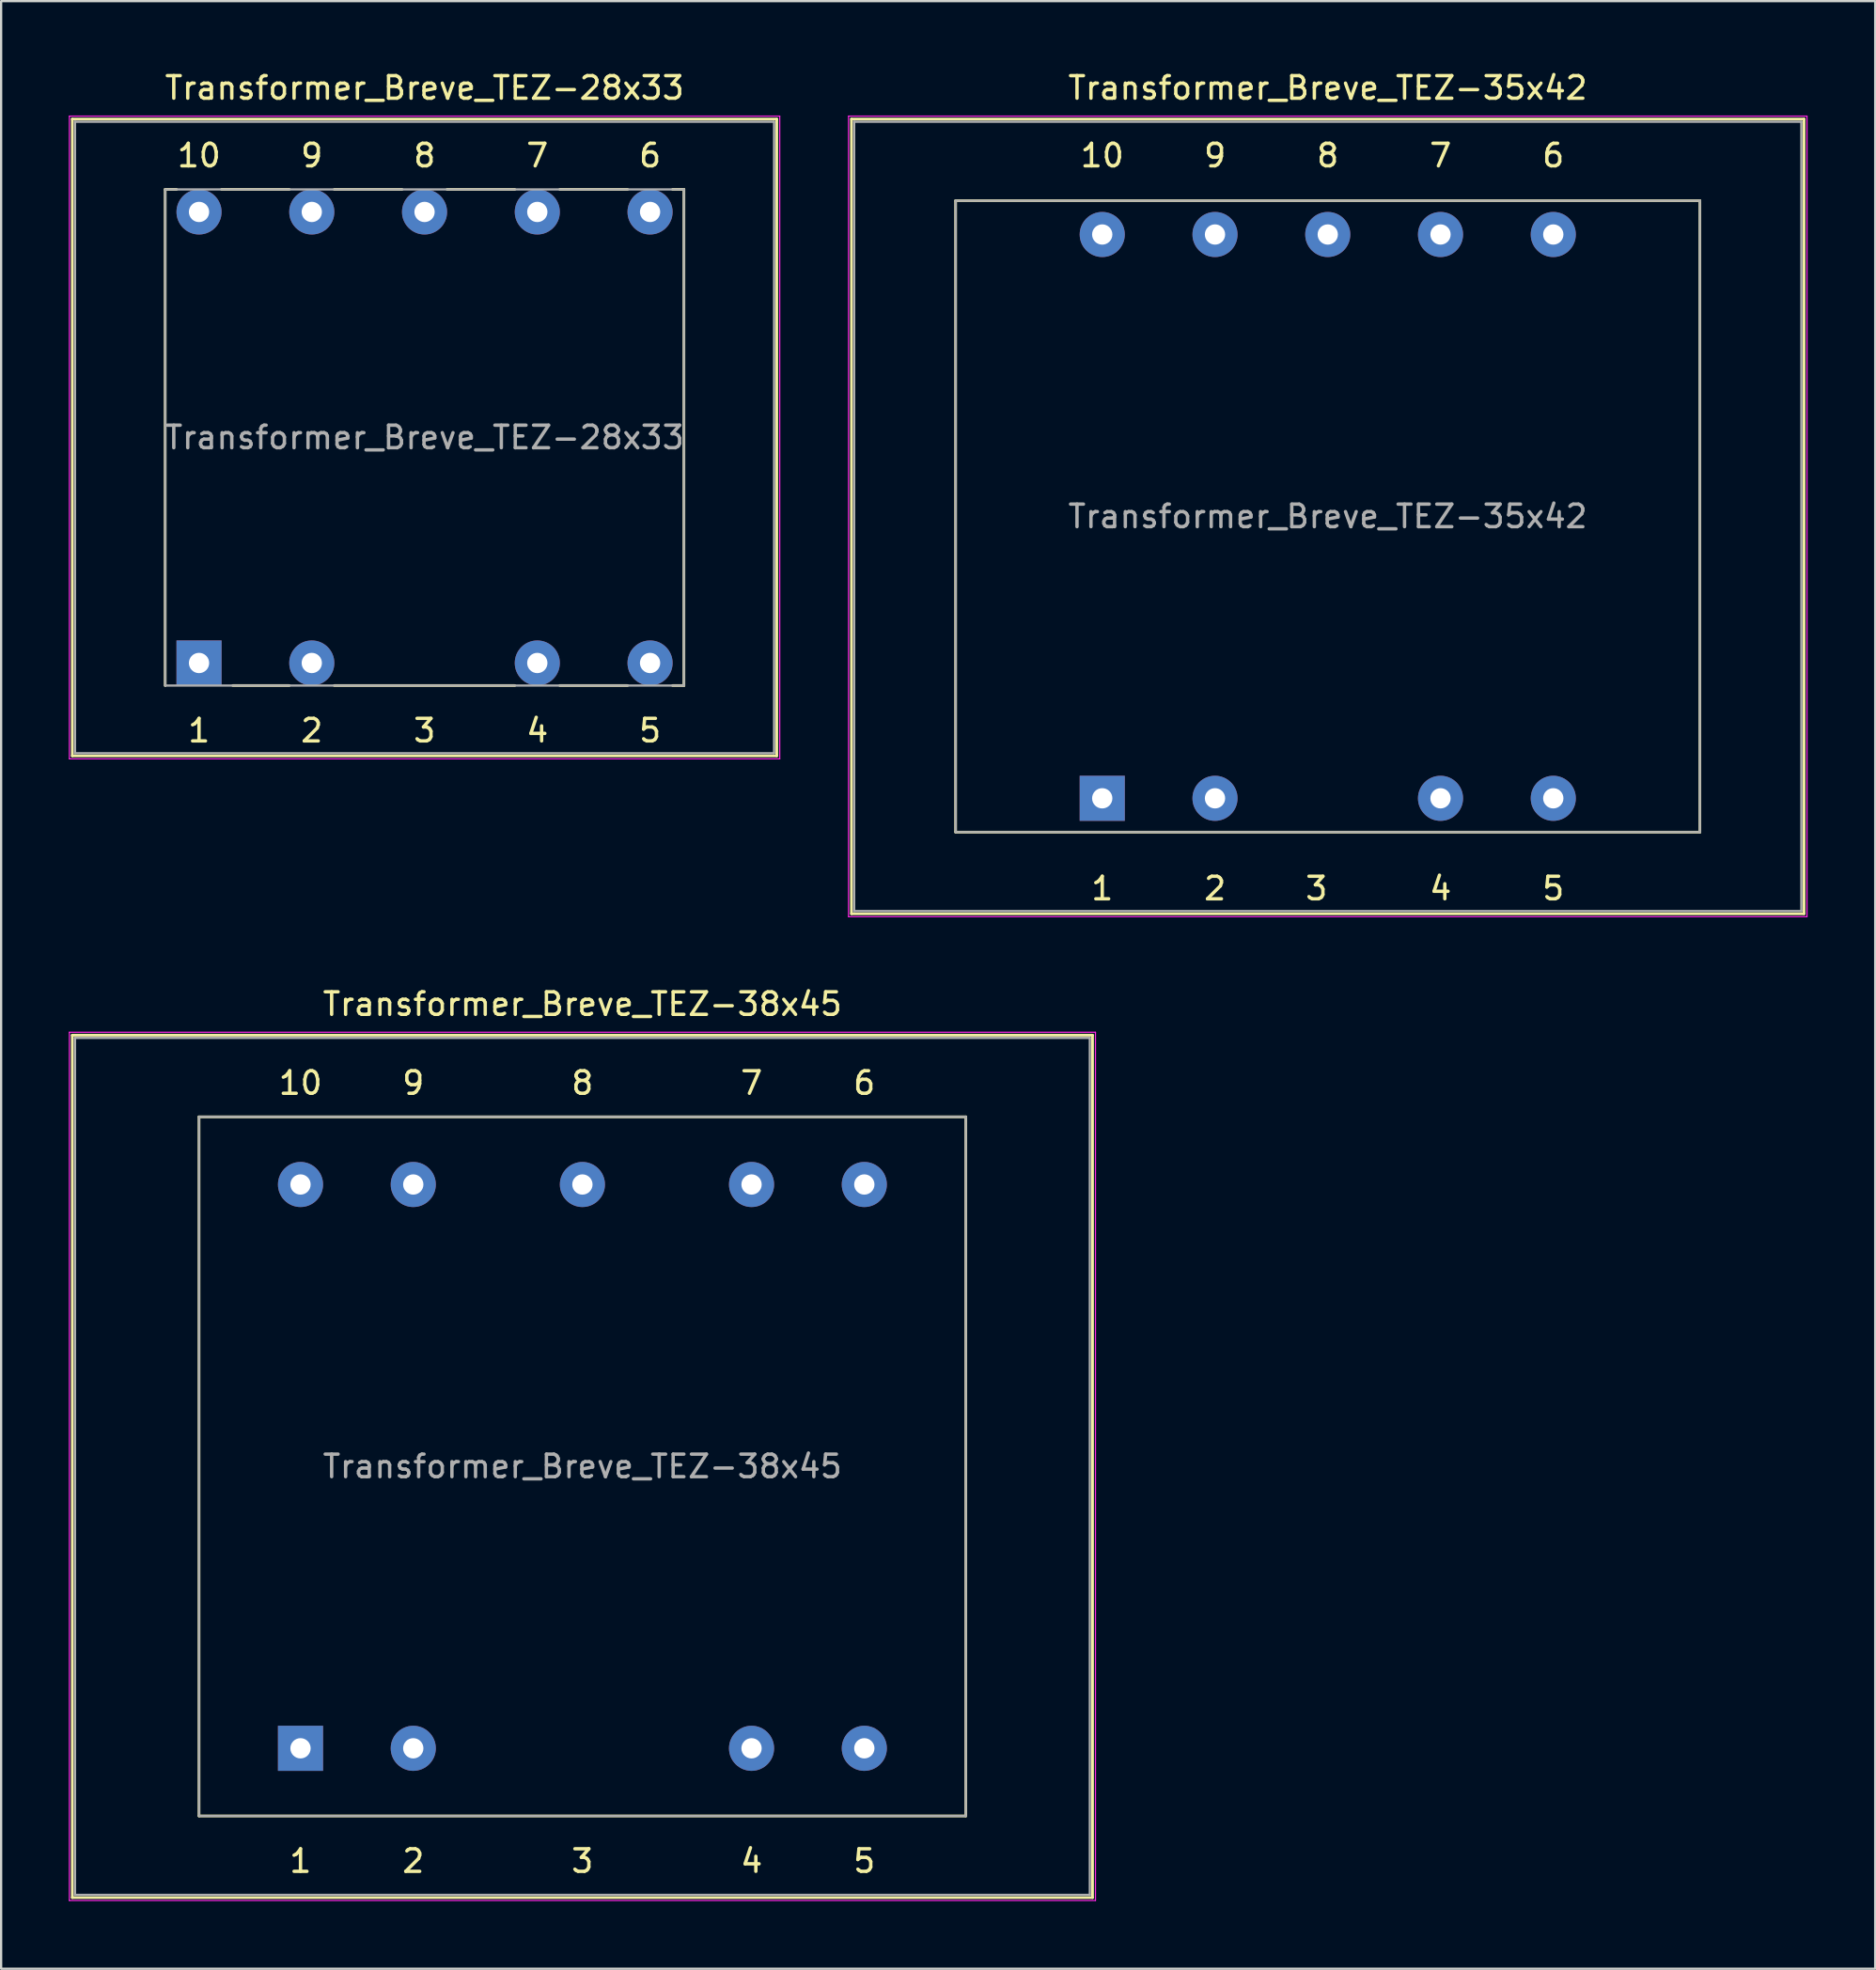
<source format=kicad_pcb>
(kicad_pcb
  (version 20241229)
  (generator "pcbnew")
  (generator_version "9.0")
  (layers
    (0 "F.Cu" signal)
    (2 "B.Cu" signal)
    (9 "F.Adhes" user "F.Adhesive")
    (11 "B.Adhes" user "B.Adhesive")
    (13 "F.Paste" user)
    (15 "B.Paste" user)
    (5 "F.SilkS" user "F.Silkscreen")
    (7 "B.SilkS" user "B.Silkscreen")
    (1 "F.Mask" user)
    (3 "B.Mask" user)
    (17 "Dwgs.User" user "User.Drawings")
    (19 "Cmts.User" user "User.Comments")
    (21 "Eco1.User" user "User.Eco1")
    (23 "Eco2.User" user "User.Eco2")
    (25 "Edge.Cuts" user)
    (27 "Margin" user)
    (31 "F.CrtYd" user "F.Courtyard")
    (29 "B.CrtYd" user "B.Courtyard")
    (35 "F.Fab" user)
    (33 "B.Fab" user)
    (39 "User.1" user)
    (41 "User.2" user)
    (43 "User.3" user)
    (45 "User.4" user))
  (footprint "Transformer_Breve_TEZ-28x33"
    (layer "F.Cu")
    (at 5.775 26.348)
    (property "Reference" "Transformer_Breve_TEZ-28x33" (at 10 -25.5 0) (layer "F.SilkS") (effects (font (size 1 1) (thickness 0.15))))
    (attr through_hole)
    (fp_line (start -5.62 -24.12) (end -5.62 4.12) (stroke (width 0.12) (type solid)) (layer "F.SilkS"))
    (fp_line (start -5.62 -24.12) (end 25.62 -24.12) (stroke (width 0.12) (type solid)) (layer "F.SilkS"))
    (fp_line (start -1.5 -21) (end -1.5 1) (stroke (width 0.12) (type solid)) (layer "F.SilkS"))
    (fp_line (start -1 -21) (end -1.5 -21) (stroke (width 0.12) (type solid)) (layer "F.SilkS"))
    (fp_line (start 1.5 1) (end 4 1) (stroke (width 0.12) (type solid)) (layer "F.SilkS"))
    (fp_line (start 4 -21) (end 1 -21) (stroke (width 0.12) (type solid)) (layer "F.SilkS"))
    (fp_line (start 6 1) (end 14 1) (stroke (width 0.12) (type solid)) (layer "F.SilkS"))
    (fp_line (start 9 -21) (end 6 -21) (stroke (width 0.12) (type solid)) (layer "F.SilkS"))
    (fp_line (start 14 -21) (end 11 -21) (stroke (width 0.12) (type solid)) (layer "F.SilkS"))
    (fp_line (start 16 1) (end 19 1) (stroke (width 0.12) (type solid)) (layer "F.SilkS"))
    (fp_line (start 19 -21) (end 16 -21) (stroke (width 0.12) (type solid)) (layer "F.SilkS"))
    (fp_line (start 21 1) (end 21.5 1) (stroke (width 0.12) (type solid)) (layer "F.SilkS"))
    (fp_line (start 21.5 -21) (end 21 -21) (stroke (width 0.12) (type solid)) (layer "F.SilkS"))
    (fp_line (start 21.5 1) (end 21.5 -21) (stroke (width 0.12) (type solid)) (layer "F.SilkS"))
    (fp_line (start 25.62 4.12) (end -5.62 4.12) (stroke (width 0.12) (type solid)) (layer "F.SilkS"))
    (fp_line (start 25.62 4.12) (end 25.62 -24.12) (stroke (width 0.12) (type solid)) (layer "F.SilkS"))
    (fp_line (start -5.75 -24.25) (end -5.75 4.25) (stroke (width 0.05) (type solid)) (layer "F.CrtYd"))
    (fp_line (start -5.75 -24.25) (end 25.75 -24.25) (stroke (width 0.05) (type solid)) (layer "F.CrtYd"))
    (fp_line (start 25.75 4.25) (end -5.75 4.25) (stroke (width 0.05) (type solid)) (layer "F.CrtYd"))
    (fp_line (start 25.75 4.25) (end 25.75 -24.25) (stroke (width 0.05) (type solid)) (layer "F.CrtYd"))
    (fp_line (start -5.5 -24) (end 25.5 -24) (stroke (width 0.1) (type solid)) (layer "F.Fab"))
    (fp_line (start -5.5 4) (end -5.5 -24) (stroke (width 0.1) (type solid)) (layer "F.Fab"))
    (fp_line (start -1.5 -21) (end -1.5 1) (stroke (width 0.1) (type solid)) (layer "F.Fab"))
    (fp_line (start -1.5 1) (end 21.5 1) (stroke (width 0.1) (type solid)) (layer "F.Fab"))
    (fp_line (start 21.5 -21) (end -1.5 -21) (stroke (width 0.1) (type solid)) (layer "F.Fab"))
    (fp_line (start 21.5 1) (end 21.5 -21) (stroke (width 0.1) (type solid)) (layer "F.Fab"))
    (fp_line (start 25.5 -24) (end 25.5 4) (stroke (width 0.1) (type solid)) (layer "F.Fab"))
    (fp_line (start 25.5 4) (end -5.5 4) (stroke (width 0.1) (type solid)) (layer "F.Fab"))
    (fp_text user "9" (at 5 -22.5 0) (layer "F.SilkS") (effects (font (size 1 1) (thickness 0.15))))
    (fp_text user "4" (at 15 3 0) (layer "F.SilkS") (effects (font (size 1 1) (thickness 0.15))))
    (fp_text user "2" (at 5 3 0) (layer "F.SilkS") (effects (font (size 1 1) (thickness 0.15))))
    (fp_text user "8" (at 10 -22.5 0) (layer "F.SilkS") (effects (font (size 1 1) (thickness 0.15))))
    (fp_text user "7" (at 15 -22.5 0) (layer "F.SilkS") (effects (font (size 1 1) (thickness 0.15))))
    (fp_text user "6" (at 20 -22.5 0) (layer "F.SilkS") (effects (font (size 1 1) (thickness 0.15))))
    (fp_text user "10" (at 0 -22.5 0) (layer "F.SilkS") (effects (font (size 1 1) (thickness 0.15))))
    (fp_text user "3" (at 10 3 0) (layer "F.SilkS") (effects (font (size 1 1) (thickness 0.15))))
    (fp_text user "1" (at 0 3 0) (layer "F.SilkS") (effects (font (size 1 1) (thickness 0.15))))
    (fp_text user "5" (at 20 3 0) (layer "F.SilkS") (effects (font (size 1 1) (thickness 0.15))))
    (fp_text user "${REFERENCE}" (at 10 -10 0) (layer "F.Fab") (effects (font (size 1 1) (thickness 0.15))))
    (pad "1" thru_hole rect (at 0 0) (size 2 2) (drill 0.9) (layers "*.Cu" "*.Mask"))
    (pad "2" thru_hole circle (at 5 0) (size 2 2) (drill 0.9) (layers "*.Cu" "*.Mask"))
    (pad "4" thru_hole circle (at 15 0) (size 2 2) (drill 0.9) (layers "*.Cu" "*.Mask"))
    (pad "5" thru_hole circle (at 20 0) (size 2 2) (drill 0.9) (layers "*.Cu" "*.Mask"))
    (pad "6" thru_hole circle (at 20 -20) (size 2 2) (drill 0.9) (layers "*.Cu" "*.Mask"))
    (pad "7" thru_hole circle (at 15 -20) (size 2 2) (drill 0.9) (layers "*.Cu" "*.Mask"))
    (pad "8" thru_hole circle (at 10 -20) (size 2 2) (drill 0.9) (layers "*.Cu" "*.Mask"))
    (pad "9" thru_hole circle (at 5 -20) (size 2 2) (drill 0.9) (layers "*.Cu" "*.Mask"))
    (pad "10" thru_hole circle (at 0 -20) (size 2 2) (drill 0.9) (layers "*.Cu" "*.Mask")))
  (footprint "Transformer_Breve_TEZ-35x42"
    (layer "F.Cu")
    (at 45.825 32.348)
    (property "Reference" "Transformer_Breve_TEZ-35x42" (at 10 -31.5 0) (layer "F.SilkS") (effects (font (size 1 1) (thickness 0.15))))
    (attr through_hole)
    (fp_line (start -11.12 -30.12) (end -11.12 5.12) (stroke (width 0.12) (type solid)) (layer "F.SilkS"))
    (fp_line (start -11.12 -30.12) (end 31.12 -30.12) (stroke (width 0.12) (type solid)) (layer "F.SilkS"))
    (fp_line (start -6.5 -26.5) (end 26.5 -26.5) (stroke (width 0.12) (type solid)) (layer "F.SilkS"))
    (fp_line (start -6.5 1.5) (end -6.5 -26.5) (stroke (width 0.12) (type solid)) (layer "F.SilkS"))
    (fp_line (start 26.5 -26.5) (end 26.5 1.5) (stroke (width 0.12) (type solid)) (layer "F.SilkS"))
    (fp_line (start 26.5 1.5) (end -6.5 1.5) (stroke (width 0.12) (type solid)) (layer "F.SilkS"))
    (fp_line (start 31.12 5.12) (end -11.12 5.12) (stroke (width 0.12) (type solid)) (layer "F.SilkS"))
    (fp_line (start 31.12 5.12) (end 31.12 -30.12) (stroke (width 0.12) (type solid)) (layer "F.SilkS"))
    (fp_line (start -11.25 -30.25) (end -11.25 5.25) (stroke (width 0.05) (type solid)) (layer "F.CrtYd"))
    (fp_line (start -11.25 -30.25) (end 31.25 -30.25) (stroke (width 0.05) (type solid)) (layer "F.CrtYd"))
    (fp_line (start 31.25 5.25) (end -11.25 5.25) (stroke (width 0.05) (type solid)) (layer "F.CrtYd"))
    (fp_line (start 31.25 5.25) (end 31.25 -30.25) (stroke (width 0.05) (type solid)) (layer "F.CrtYd"))
    (fp_line (start -11 -30) (end 31 -30) (stroke (width 0.1) (type solid)) (layer "F.Fab"))
    (fp_line (start -11 5) (end -11 -30) (stroke (width 0.1) (type solid)) (layer "F.Fab"))
    (fp_line (start -6.5 -26.5) (end -6.5 1.5) (stroke (width 0.1) (type solid)) (layer "F.Fab"))
    (fp_line (start -6.5 1.5) (end 26.5 1.5) (stroke (width 0.1) (type solid)) (layer "F.Fab"))
    (fp_line (start 26.5 -26.5) (end -6.5 -26.5) (stroke (width 0.1) (type solid)) (layer "F.Fab"))
    (fp_line (start 26.5 1.5) (end 26.5 -26.5) (stroke (width 0.1) (type solid)) (layer "F.Fab"))
    (fp_line (start 31 -30) (end 31 5) (stroke (width 0.1) (type solid)) (layer "F.Fab"))
    (fp_line (start 31 5) (end -11 5) (stroke (width 0.1) (type solid)) (layer "F.Fab"))
    (fp_text user "3" (at 9.5 4 0) (layer "F.SilkS") (effects (font (size 1 1) (thickness 0.15))))
    (fp_text user "2" (at 5 4 0) (layer "F.SilkS") (effects (font (size 1 1) (thickness 0.15))))
    (fp_text user "10" (at 0 -28.5 0) (layer "F.SilkS") (effects (font (size 1 1) (thickness 0.15))))
    (fp_text user "4" (at 15 4 0) (layer "F.SilkS") (effects (font (size 1 1) (thickness 0.15))))
    (fp_text user "9" (at 5 -28.5 0) (layer "F.SilkS") (effects (font (size 1 1) (thickness 0.15))))
    (fp_text user "5" (at 20 4 0) (layer "F.SilkS") (effects (font (size 1 1) (thickness 0.15))))
    (fp_text user "7" (at 15 -28.5 0) (layer "F.SilkS") (effects (font (size 1 1) (thickness 0.15))))
    (fp_text user "6" (at 20 -28.5 0) (layer "F.SilkS") (effects (font (size 1 1) (thickness 0.15))))
    (fp_text user "8" (at 10 -28.5 0) (layer "F.SilkS") (effects (font (size 1 1) (thickness 0.15))))
    (fp_text user "1" (at 0 4 0) (layer "F.SilkS") (effects (font (size 1 1) (thickness 0.15))))
    (fp_text user "${REFERENCE}" (at 10 -12.5 0) (layer "F.Fab") (effects (font (size 1 1) (thickness 0.15))))
    (pad "1" thru_hole rect (at 0 0) (size 2 2) (drill 0.9) (layers "*.Cu" "*.Mask"))
    (pad "2" thru_hole circle (at 5 0) (size 2 2) (drill 0.9) (layers "*.Cu" "*.Mask"))
    (pad "4" thru_hole circle (at 15 0) (size 2 2) (drill 0.9) (layers "*.Cu" "*.Mask"))
    (pad "5" thru_hole circle (at 20 0) (size 2 2) (drill 0.9) (layers "*.Cu" "*.Mask"))
    (pad "6" thru_hole circle (at 20 -25) (size 2 2) (drill 0.9) (layers "*.Cu" "*.Mask"))
    (pad "7" thru_hole circle (at 15 -25) (size 2 2) (drill 0.9) (layers "*.Cu" "*.Mask"))
    (pad "8" thru_hole circle (at 10 -25) (size 2 2) (drill 0.9) (layers "*.Cu" "*.Mask"))
    (pad "9" thru_hole circle (at 5 -25) (size 2 2) (drill 0.9) (layers "*.Cu" "*.Mask"))
    (pad "10" thru_hole circle (at 0 -25) (size 2 2) (drill 0.9) (layers "*.Cu" "*.Mask")))
  (footprint "Transformer_Breve_TEZ-38x45"
    (layer "F.Cu")
    (at 10.275 74.472)
    (property "Reference" "Transformer_Breve_TEZ-38x45" (at 12.5 -33 0) (layer "F.SilkS") (effects (font (size 1 1) (thickness 0.15))))
    (attr through_hole)
    (fp_line (start -10.12 -31.62) (end -10.12 6.62) (stroke (width 0.12) (type solid)) (layer "F.SilkS"))
    (fp_line (start -10.12 -31.62) (end 35.12 -31.62) (stroke (width 0.12) (type solid)) (layer "F.SilkS"))
    (fp_line (start -4.5 -28) (end 29.5 -28) (stroke (width 0.12) (type solid)) (layer "F.SilkS"))
    (fp_line (start -4.5 3) (end -4.5 -28) (stroke (width 0.12) (type solid)) (layer "F.SilkS"))
    (fp_line (start 29.5 -28) (end 29.5 3) (stroke (width 0.12) (type solid)) (layer "F.SilkS"))
    (fp_line (start 29.5 3) (end -4.5 3) (stroke (width 0.12) (type solid)) (layer "F.SilkS"))
    (fp_line (start 35.12 6.62) (end -10.12 6.62) (stroke (width 0.12) (type solid)) (layer "F.SilkS"))
    (fp_line (start 35.12 6.62) (end 35.12 -31.62) (stroke (width 0.12) (type solid)) (layer "F.SilkS"))
    (fp_line (start -10.25 -31.75) (end -10.25 6.75) (stroke (width 0.05) (type solid)) (layer "F.CrtYd"))
    (fp_line (start -10.25 -31.75) (end 35.25 -31.75) (stroke (width 0.05) (type solid)) (layer "F.CrtYd"))
    (fp_line (start 35.25 6.75) (end -10.25 6.75) (stroke (width 0.05) (type solid)) (layer "F.CrtYd"))
    (fp_line (start 35.25 6.75) (end 35.25 -31.75) (stroke (width 0.05) (type solid)) (layer "F.CrtYd"))
    (fp_line (start -10 -31.5) (end 35 -31.5) (stroke (width 0.1) (type solid)) (layer "F.Fab"))
    (fp_line (start -10 6.5) (end -10 -31.5) (stroke (width 0.1) (type solid)) (layer "F.Fab"))
    (fp_line (start -4.5 -28) (end 29.5 -28) (stroke (width 0.1) (type solid)) (layer "F.Fab"))
    (fp_line (start -4.5 3) (end -4.5 -28) (stroke (width 0.1) (type solid)) (layer "F.Fab"))
    (fp_line (start 29.5 -28) (end 29.5 3) (stroke (width 0.1) (type solid)) (layer "F.Fab"))
    (fp_line (start 29.5 3) (end -4.5 3) (stroke (width 0.1) (type solid)) (layer "F.Fab"))
    (fp_line (start 35 -31.5) (end 35 6.5) (stroke (width 0.1) (type solid)) (layer "F.Fab"))
    (fp_line (start 35 6.5) (end -10 6.5) (stroke (width 0.1) (type solid)) (layer "F.Fab"))
    (fp_text user "4" (at 20 5 0) (layer "F.SilkS") (effects (font (size 1 1) (thickness 0.15))))
    (fp_text user "6" (at 25 -29.5 0) (layer "F.SilkS") (effects (font (size 1 1) (thickness 0.15))))
    (fp_text user "10" (at 0 -29.5 0) (layer "F.SilkS") (effects (font (size 1 1) (thickness 0.15))))
    (fp_text user "2" (at 5 5 0) (layer "F.SilkS") (effects (font (size 1 1) (thickness 0.15))))
    (fp_text user "8" (at 12.5 -29.5 0) (layer "F.SilkS") (effects (font (size 1 1) (thickness 0.15))))
    (fp_text user "9" (at 5 -29.5 0) (layer "F.SilkS") (effects (font (size 1 1) (thickness 0.15))))
    (fp_text user "3" (at 12.5 5 0) (layer "F.SilkS") (effects (font (size 1 1) (thickness 0.15))))
    (fp_text user "5" (at 25 5 0) (layer "F.SilkS") (effects (font (size 1 1) (thickness 0.15))))
    (fp_text user "7" (at 20 -29.5 0) (layer "F.SilkS") (effects (font (size 1 1) (thickness 0.15))))
    (fp_text user "1" (at 0 5 0) (layer "F.SilkS") (effects (font (size 1 1) (thickness 0.15))))
    (fp_text user "${REFERENCE}" (at 12.5 -12.5 0) (layer "F.Fab") (effects (font (size 1 1) (thickness 0.15))))
    (pad "1" thru_hole rect (at 0 0) (size 2 2) (drill 0.9) (layers "*.Cu" "*.Mask"))
    (pad "2" thru_hole circle (at 5 0) (size 2 2) (drill 0.9) (layers "*.Cu" "*.Mask"))
    (pad "4" thru_hole circle (at 20 0) (size 2 2) (drill 0.9) (layers "*.Cu" "*.Mask"))
    (pad "5" thru_hole circle (at 25 0) (size 2 2) (drill 0.9) (layers "*.Cu" "*.Mask"))
    (pad "6" thru_hole circle (at 25 -25) (size 2 2) (drill 0.9) (layers "*.Cu" "*.Mask"))
    (pad "7" thru_hole circle (at 20 -25) (size 2 2) (drill 0.9) (layers "*.Cu" "*.Mask"))
    (pad "8" thru_hole circle (at 12.5 -25) (size 2 2) (drill 0.9) (layers "*.Cu" "*.Mask"))
    (pad "9" thru_hole circle (at 5 -25) (size 2 2) (drill 0.9) (layers "*.Cu" "*.Mask"))
    (pad "10" thru_hole circle (at 0 -25) (size 2 2) (drill 0.9) (layers "*.Cu" "*.Mask")))
  (gr_rect
    (start -3 -3)
    (end 80.1 84.246)
    (stroke (width 0.1) (type default))
    (fill no)
    (layer "Edge.Cuts")))
</source>
